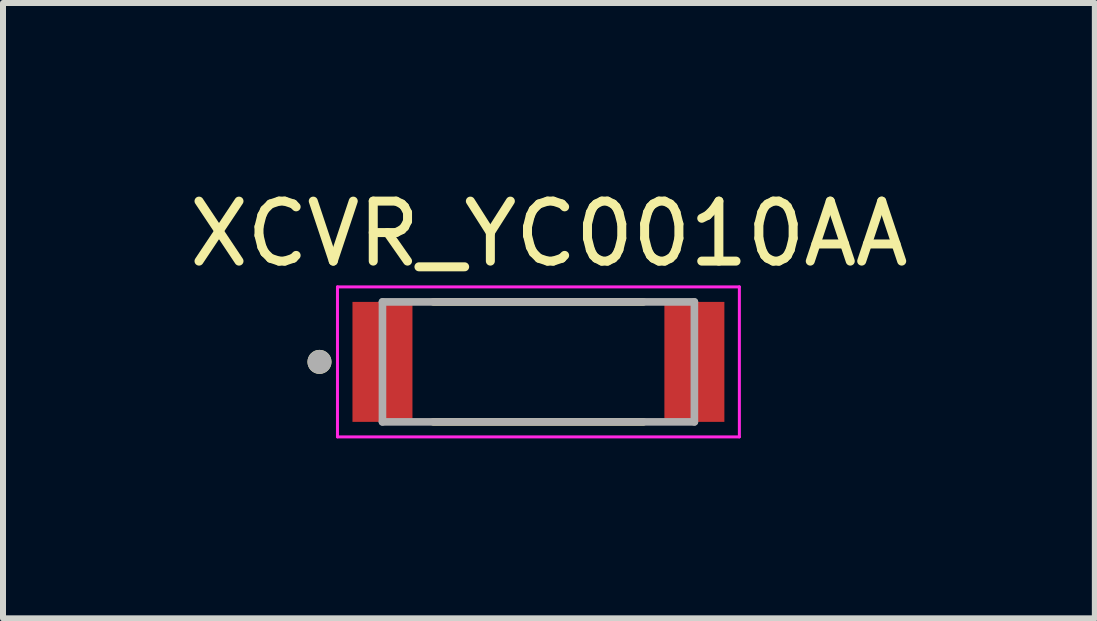
<source format=kicad_pcb>
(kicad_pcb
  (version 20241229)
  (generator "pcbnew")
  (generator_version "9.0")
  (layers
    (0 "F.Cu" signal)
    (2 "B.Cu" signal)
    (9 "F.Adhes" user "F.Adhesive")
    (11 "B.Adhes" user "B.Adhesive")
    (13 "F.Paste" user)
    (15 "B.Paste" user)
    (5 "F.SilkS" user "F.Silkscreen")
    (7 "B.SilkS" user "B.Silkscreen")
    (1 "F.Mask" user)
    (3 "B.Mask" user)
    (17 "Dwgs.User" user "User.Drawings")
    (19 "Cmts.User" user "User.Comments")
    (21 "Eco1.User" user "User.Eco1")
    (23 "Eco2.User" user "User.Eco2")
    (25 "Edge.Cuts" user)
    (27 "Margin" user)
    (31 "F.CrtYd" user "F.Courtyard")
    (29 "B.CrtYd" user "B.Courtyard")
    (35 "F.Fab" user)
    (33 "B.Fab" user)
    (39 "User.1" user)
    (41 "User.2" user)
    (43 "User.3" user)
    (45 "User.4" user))
  (footprint "XCVR_YC0010AA"
    (layer "F.Cu")
    (at 5.926 2.983)
    (property "Reference" "XCVR_YC0010AA" (at 0.175 -2.135 0) (layer "F.SilkS") (effects (font (size 1 1) (thickness 0.15))))
    (attr smd)
    (fp_line (start -1.75 -1) (end 1.75 -1) (stroke (width 0.127) (type solid)) (layer "F.SilkS"))
    (fp_line (start -1.75 1) (end 1.75 1) (stroke (width 0.127) (type solid)) (layer "F.SilkS"))
    (fp_circle (center -3.65 0) (end -3.55 0) (stroke (width 0.2) (type solid)) (fill no) (layer "F.SilkS"))
    (fp_line (start -3.35 -1.25) (end 3.35 -1.25) (stroke (width 0.05) (type solid)) (layer "F.CrtYd"))
    (fp_line (start -3.35 1.25) (end -3.35 -1.25) (stroke (width 0.05) (type solid)) (layer "F.CrtYd"))
    (fp_line (start 3.35 -1.25) (end 3.35 1.25) (stroke (width 0.05) (type solid)) (layer "F.CrtYd"))
    (fp_line (start 3.35 1.25) (end -3.35 1.25) (stroke (width 0.05) (type solid)) (layer "F.CrtYd"))
    (fp_line (start -2.6 -1) (end -2.6 1) (stroke (width 0.127) (type solid)) (layer "F.Fab"))
    (fp_line (start -2.6 1) (end 2.6 1) (stroke (width 0.127) (type solid)) (layer "F.Fab"))
    (fp_line (start 2.6 -1) (end -2.6 -1) (stroke (width 0.127) (type solid)) (layer "F.Fab"))
    (fp_line (start 2.6 1) (end 2.6 -1) (stroke (width 0.127) (type solid)) (layer "F.Fab"))
    (fp_circle (center -3.65 0) (end -3.55 0) (stroke (width 0.2) (type solid)) (fill no) (layer "F.Fab"))
    (pad "1" smd rect (at -2.6 0) (size 1 2) (layers "F.Cu" "F.Mask" "F.Paste"))
    (pad "2" smd rect (at 2.6 0) (size 1 2) (layers "F.Cu" "F.Mask" "F.Paste"))
    (zone (net_name "") (layer "F.Cu") (hatch full 0.508) (connect_pads) (min_thickness 0.01) (filled_areas_thickness no) (keepout (tracks not_allowed) (vias not_allowed) (pads not_allowed) (copperpour not_allowed) (footprints allowed)) (placement (enabled no)) (fill) (polygon (pts (xy 3.826 1.983) (xy 8.026 1.983) (xy 8.026 3.983) (xy 3.826 3.983))))
    (zone (net_name "") (layers "F.Cu" "B.Cu") (hatch full 0.508) (connect_pads) (min_thickness 0.01) (filled_areas_thickness no) (keepout (tracks allowed) (vias not_allowed) (pads allowed) (copperpour allowed) (footprints allowed)) (placement (enabled no)) (fill) (polygon (pts (xy 3.826 1.983) (xy 8.026 1.983) (xy 8.026 3.983) (xy 3.826 3.983)))))
  (gr_rect
    (start -3 -3)
    (end 15.202 7.258)
    (stroke (width 0.1) (type default))
    (fill no)
    (layer "Edge.Cuts")))
</source>
